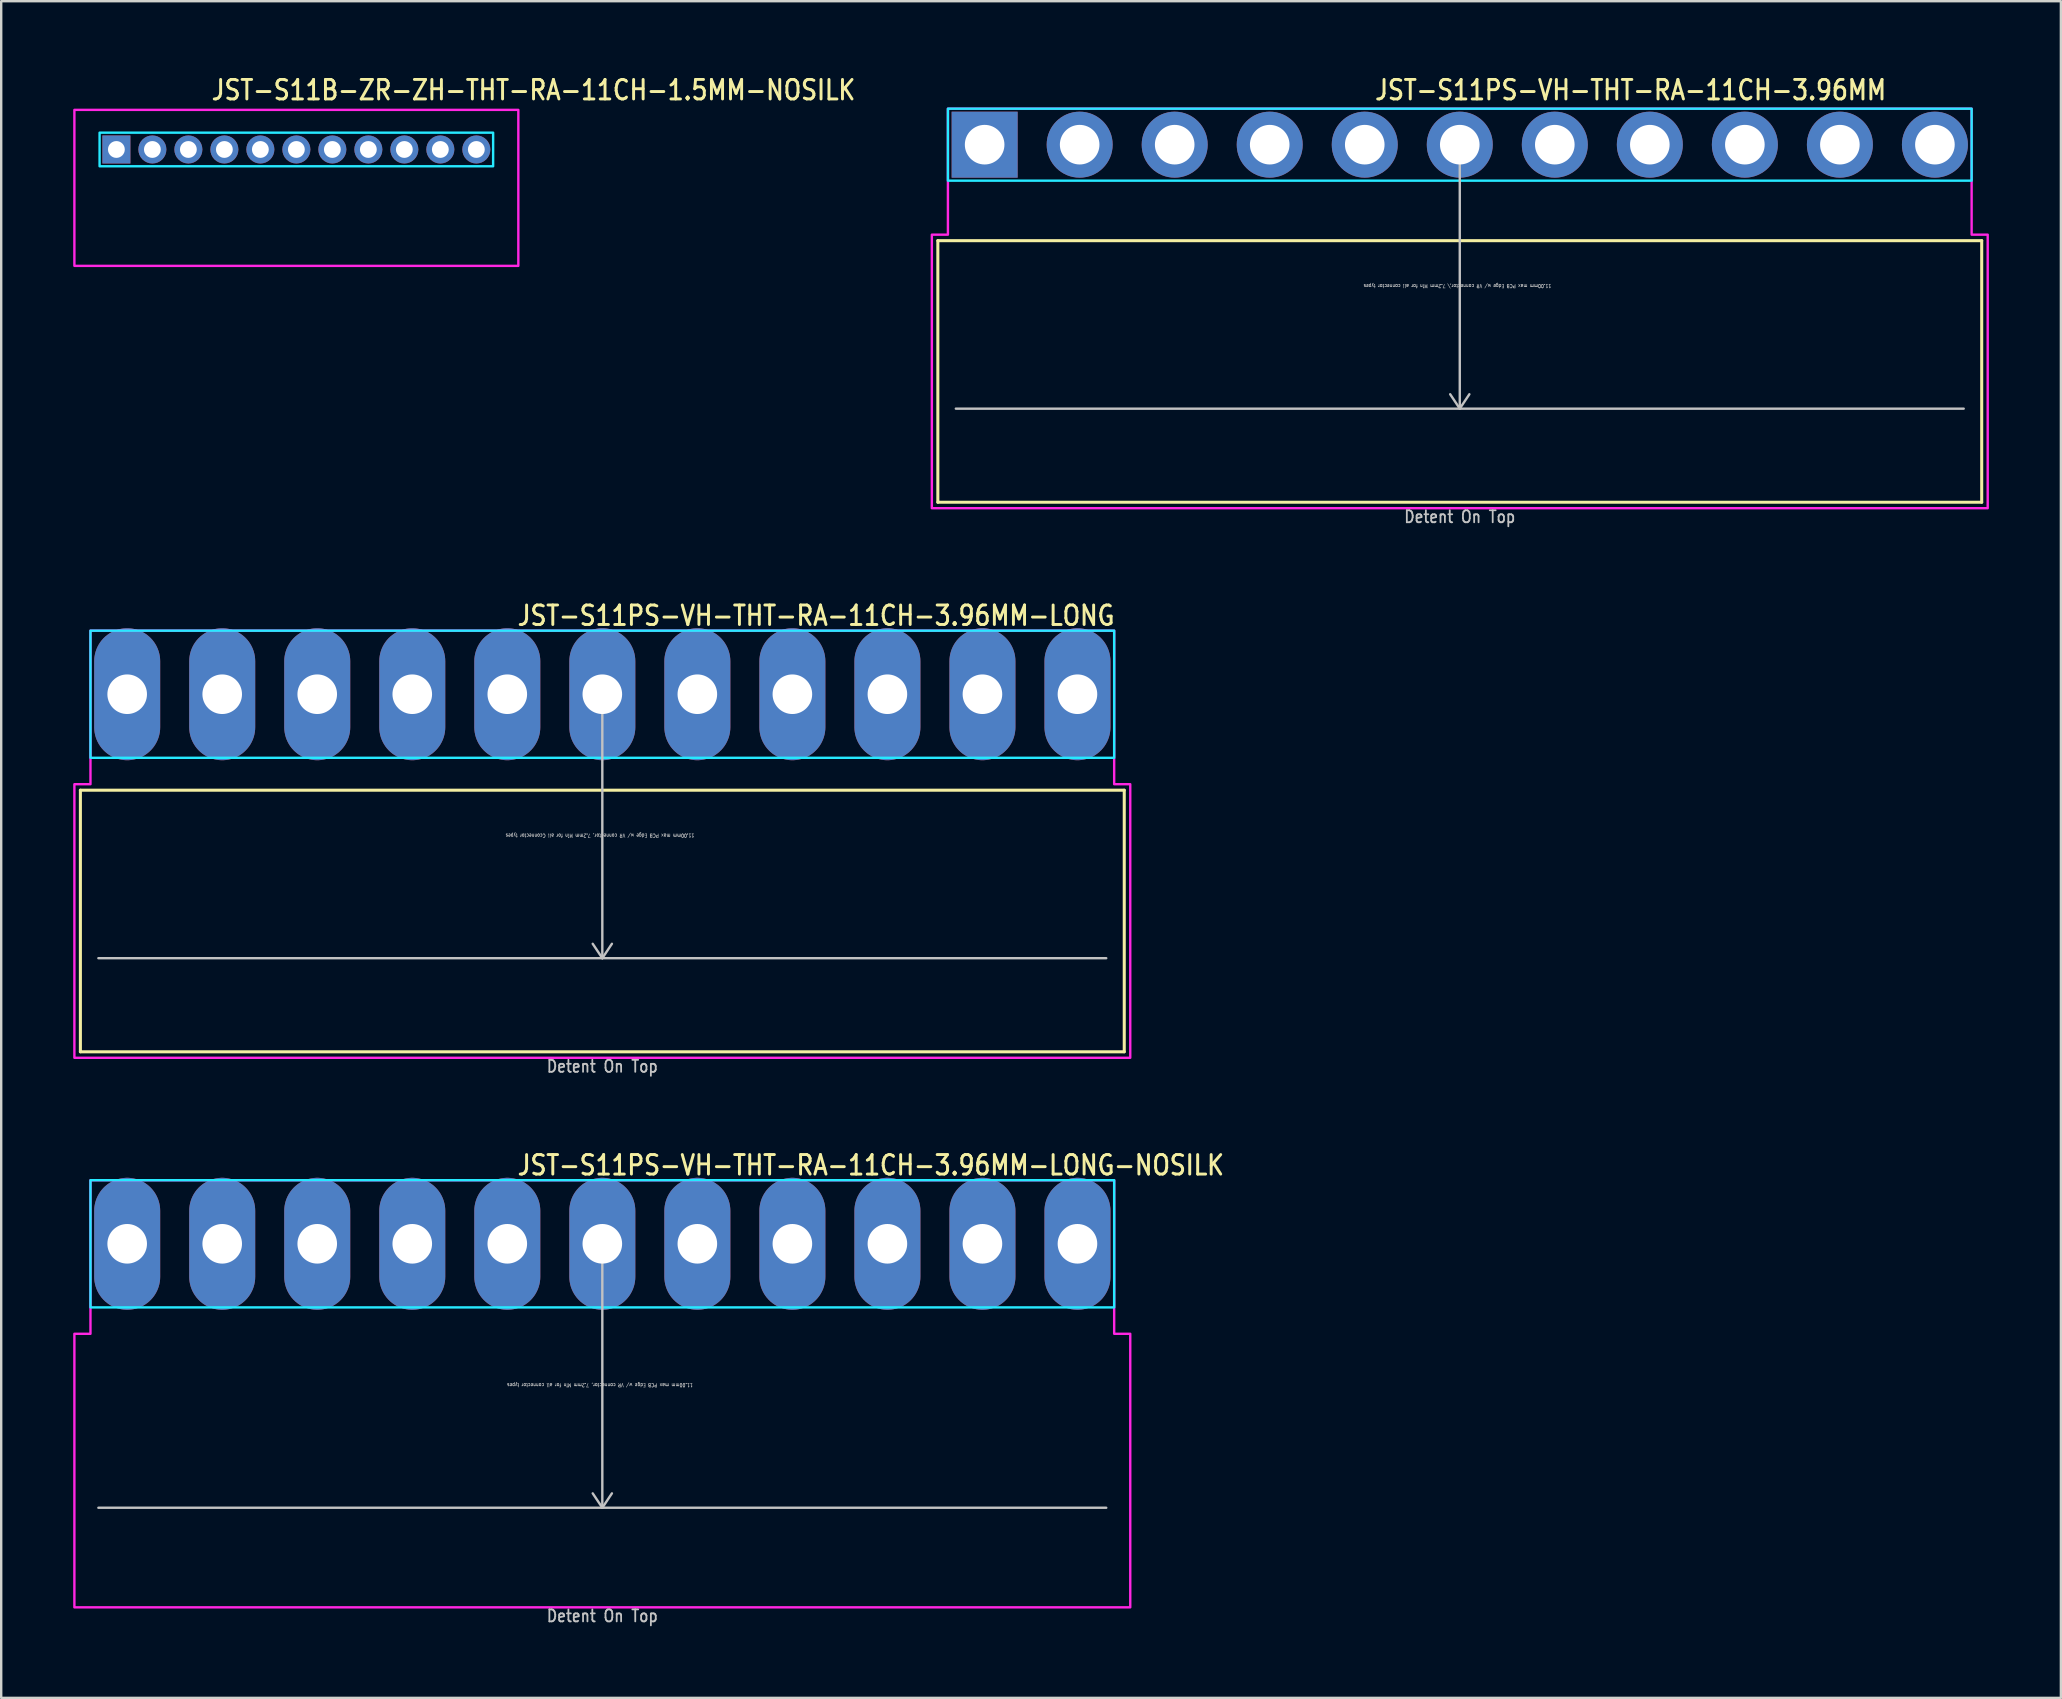
<source format=kicad_pcb>
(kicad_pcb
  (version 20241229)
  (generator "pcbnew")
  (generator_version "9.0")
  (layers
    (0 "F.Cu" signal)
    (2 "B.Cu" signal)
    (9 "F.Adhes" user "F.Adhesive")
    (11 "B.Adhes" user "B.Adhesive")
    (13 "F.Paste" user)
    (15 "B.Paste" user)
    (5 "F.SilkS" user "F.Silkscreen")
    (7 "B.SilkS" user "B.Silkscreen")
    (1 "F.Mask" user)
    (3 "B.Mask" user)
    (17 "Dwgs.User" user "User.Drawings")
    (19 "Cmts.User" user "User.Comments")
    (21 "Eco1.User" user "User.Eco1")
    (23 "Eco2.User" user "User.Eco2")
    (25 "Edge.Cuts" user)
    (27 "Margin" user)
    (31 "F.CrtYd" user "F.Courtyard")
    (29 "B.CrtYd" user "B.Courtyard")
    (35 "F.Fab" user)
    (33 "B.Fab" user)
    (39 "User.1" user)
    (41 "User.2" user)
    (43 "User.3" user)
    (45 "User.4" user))
  (footprint "JST-S11PS-VH-THT-RA-11CH-3.96MM"
    (layer "F.Cu")
    (at 57.782 2.979)
    (property "Reference" "JST-S11PS-VH-THT-RA-11CH-3.96MM" (at -3.6 -1.8 0) (unlocked yes) (layer "F.SilkS") (effects (font (size 0.813 0.695) (thickness 0.122)) (justify left bottom)))
    (fp_line (start -21.75 4) (end 21.75 4) (stroke (width 0.127) (type solid)) (layer "F.SilkS"))
    (fp_line (start -21.75 14.9) (end -21.75 4) (stroke (width 0.127) (type solid)) (layer "F.SilkS"))
    (fp_line (start -21.75 14.9) (end 21.75 14.9) (stroke (width 0.127) (type solid)) (layer "F.SilkS"))
    (fp_line (start 21.75 4) (end 21.75 14.9) (stroke (width 0.127) (type solid)) (layer "F.SilkS"))
    (fp_line (start -21 11) (end 21 11) (stroke (width 0.1) (type solid)) (layer "Dwgs.User"))
    (fp_line (start 0 0) (end -0.4 0.6) (stroke (width 0.1) (type solid)) (layer "Dwgs.User"))
    (fp_line (start 0 0) (end 0 11) (stroke (width 0.1) (type solid)) (layer "Dwgs.User"))
    (fp_line (start 0 0) (end 0.4 0.6) (stroke (width 0.1) (type solid)) (layer "Dwgs.User"))
    (fp_line (start 0 11) (end -0.4 10.4) (stroke (width 0.1) (type solid)) (layer "Dwgs.User"))
    (fp_line (start 0 11) (end 0.4 10.4) (stroke (width 0.1) (type solid)) (layer "Dwgs.User"))
    (fp_poly (pts (xy -21.33 -1.5) (xy -21.33 1.5) (xy 21.33 1.5) (xy 21.33 -1.5)) (stroke (width 0.1) (type solid)) (fill no) (layer "B.CrtYd"))
    (fp_poly (pts (xy -22 3.75) (xy -22 15.15) (xy 22 15.15) (xy 22 3.75) (xy 21.33 3.75) (xy 21.33 -1.5) (xy -21.33 -1.5) (xy -21.33 3.75)) (stroke (width 0.1) (type solid)) (fill no) (layer "F.CrtYd"))
    (fp_text user "11.00mm max PCB Edge w/ VR connector,\\ 7.2mm Min for all connector types" (at -0.1 5.8 180) (unlocked yes) (layer "Dwgs.User") (effects (font (size 0.15 0.128) (thickness 0.022)) (justify bottom)))
    (fp_text user "Detent On Top" (at 0 15.8 0) (unlocked yes) (layer "Dwgs.User") (effects (font (size 0.5 0.427) (thickness 0.075)) (justify bottom)))
    (pad "1" thru_hole rect (at -19.8 0) (size 2.75 2.75) (drill 1.65) (layers "*.Cu" "*.Mask"))
    (pad "2" thru_hole oval (at -15.84 0) (size 2.75 2.75) (drill 1.65) (layers "*.Cu" "*.Mask"))
    (pad "3" thru_hole oval (at -11.88 0) (size 2.75 2.75) (drill 1.65) (layers "*.Cu" "*.Mask"))
    (pad "4" thru_hole oval (at -7.92 0) (size 2.75 2.75) (drill 1.65) (layers "*.Cu" "*.Mask"))
    (pad "5" thru_hole oval (at -3.96 0) (size 2.75 2.75) (drill 1.65) (layers "*.Cu" "*.Mask"))
    (pad "6" thru_hole oval (at 0 0) (size 2.75 2.75) (drill 1.65) (layers "*.Cu" "*.Mask"))
    (pad "7" thru_hole oval (at 3.96 0) (size 2.75 2.75) (drill 1.65) (layers "*.Cu" "*.Mask"))
    (pad "8" thru_hole oval (at 7.92 0) (size 2.75 2.75) (drill 1.65) (layers "*.Cu" "*.Mask"))
    (pad "9" thru_hole oval (at 11.88 0) (size 2.75 2.75) (drill 1.65) (layers "*.Cu" "*.Mask"))
    (pad "10" thru_hole oval (at 15.84 0) (size 2.75 2.75) (drill 1.65) (layers "*.Cu" "*.Mask"))
    (pad "11" thru_hole oval (at 19.8 0) (size 2.75 2.75) (drill 1.65) (layers "*.Cu" "*.Mask")))
  (footprint "JST-S11PS-VH-THT-RA-11CH-3.96MM-LONG-NOSILK"
    (layer "F.Cu")
    (at 22.05 48.782)
    (property "Reference" "JST-S11PS-VH-THT-RA-11CH-3.96MM-LONG-NOSILK" (at -3.6 -2.8 0) (unlocked yes) (layer "F.SilkS") (effects (font (size 0.813 0.695) (thickness 0.122)) (justify left bottom)))
    (fp_line (start -21 11) (end 21 11) (stroke (width 0.1) (type solid)) (layer "Dwgs.User"))
    (fp_line (start 0 0) (end -0.4 0.6) (stroke (width 0.1) (type solid)) (layer "Dwgs.User"))
    (fp_line (start 0 0) (end 0 11) (stroke (width 0.1) (type solid)) (layer "Dwgs.User"))
    (fp_line (start 0 0) (end 0.4 0.6) (stroke (width 0.1) (type solid)) (layer "Dwgs.User"))
    (fp_line (start 0 11) (end -0.4 10.4) (stroke (width 0.1) (type solid)) (layer "Dwgs.User"))
    (fp_line (start 0 11) (end 0.4 10.4) (stroke (width 0.1) (type solid)) (layer "Dwgs.User"))
    (fp_poly (pts (xy -21.33 -2.65) (xy -21.33 2.65) (xy 21.33 2.65) (xy 21.33 -2.65)) (stroke (width 0.1) (type solid)) (fill no) (layer "B.CrtYd"))
    (fp_poly (pts (xy -22 3.75) (xy -22 15.15) (xy 22 15.15) (xy 22 3.75) (xy 21.33 3.75) (xy 21.33 -2.65) (xy -21.33 -2.65) (xy -21.33 3.75)) (stroke (width 0.1) (type solid)) (fill no) (layer "F.CrtYd"))
    (fp_text user "11.00mm max PCB Edge w/ VR connector, 7.2mm Min for all connector types" (at -0.1 5.8 180) (unlocked yes) (layer "Dwgs.User") (effects (font (size 0.15 0.128) (thickness 0.022)) (justify bottom)))
    (fp_text user "Detent On Top" (at 0 15.8 0) (unlocked yes) (layer "Dwgs.User") (effects (font (size 0.5 0.427) (thickness 0.075)) (justify bottom)))
    (pad "1" thru_hole oval (at -19.8 0 90) (size 5.5 2.75) (drill 1.65) (layers "*.Cu" "*.Mask"))
    (pad "2" thru_hole oval (at -15.84 0 90) (size 5.5 2.75) (drill 1.65) (layers "*.Cu" "*.Mask"))
    (pad "3" thru_hole oval (at -11.88 0 90) (size 5.5 2.75) (drill 1.65) (layers "*.Cu" "*.Mask"))
    (pad "4" thru_hole oval (at -7.92 0 90) (size 5.5 2.75) (drill 1.65) (layers "*.Cu" "*.Mask"))
    (pad "5" thru_hole oval (at -3.96 0 90) (size 5.5 2.75) (drill 1.65) (layers "*.Cu" "*.Mask"))
    (pad "6" thru_hole oval (at 0 0 90) (size 5.5 2.75) (drill 1.65) (layers "*.Cu" "*.Mask"))
    (pad "7" thru_hole oval (at 3.96 0 90) (size 5.5 2.75) (drill 1.65) (layers "*.Cu" "*.Mask"))
    (pad "8" thru_hole oval (at 7.92 0 90) (size 5.5 2.75) (drill 1.65) (layers "*.Cu" "*.Mask"))
    (pad "9" thru_hole oval (at 11.88 0 90) (size 5.5 2.75) (drill 1.65) (layers "*.Cu" "*.Mask"))
    (pad "10" thru_hole oval (at 15.84 0 90) (size 5.5 2.75) (drill 1.65) (layers "*.Cu" "*.Mask"))
    (pad "11" thru_hole oval (at 19.8 0 90) (size 5.5 2.75) (drill 1.65) (layers "*.Cu" "*.Mask")))
  (footprint "JST-S11B-ZR-ZH-THT-RA-11CH-1.5MM-NOSILK"
    (layer "F.Cu")
    (at 9.3 3.179)
    (property "Reference" "JST-S11B-ZR-ZH-THT-RA-11CH-1.5MM-NOSILK" (at -3.6 -2 0) (unlocked yes) (layer "F.SilkS") (effects (font (size 0.813 0.695) (thickness 0.122)) (justify left bottom)))
    (fp_poly (pts (xy -8.2 -0.7) (xy -8.2 0.7) (xy 8.2 0.7) (xy 8.2 -0.7)) (stroke (width 0.1) (type solid)) (fill no) (layer "B.CrtYd"))
    (fp_poly (pts (xy -9.25 -1.65) (xy -9.25 4.85) (xy 9.25 4.85) (xy 9.25 -1.65)) (stroke (width 0.1) (type solid)) (fill no) (layer "F.CrtYd"))
    (pad "1" thru_hole rect (at -7.5 0) (size 1.167 1.167) (drill 0.7) (layers "*.Cu" "*.Mask"))
    (pad "2" thru_hole oval (at -6 0) (size 1.167 1.167) (drill 0.7) (layers "*.Cu" "*.Mask"))
    (pad "3" thru_hole oval (at -4.5 0) (size 1.167 1.167) (drill 0.7) (layers "*.Cu" "*.Mask"))
    (pad "4" thru_hole oval (at -3 0) (size 1.167 1.167) (drill 0.7) (layers "*.Cu" "*.Mask"))
    (pad "5" thru_hole oval (at -1.5 0) (size 1.167 1.167) (drill 0.7) (layers "*.Cu" "*.Mask"))
    (pad "6" thru_hole oval (at 0 0) (size 1.167 1.167) (drill 0.7) (layers "*.Cu" "*.Mask"))
    (pad "7" thru_hole oval (at 1.5 0) (size 1.167 1.167) (drill 0.7) (layers "*.Cu" "*.Mask"))
    (pad "8" thru_hole oval (at 3 0) (size 1.167 1.167) (drill 0.7) (layers "*.Cu" "*.Mask"))
    (pad "9" thru_hole oval (at 4.5 0) (size 1.167 1.167) (drill 0.7) (layers "*.Cu" "*.Mask"))
    (pad "10" thru_hole oval (at 6 0) (size 1.167 1.167) (drill 0.7) (layers "*.Cu" "*.Mask"))
    (pad "11" thru_hole oval (at 7.5 0) (size 1.167 1.167) (drill 0.7) (layers "*.Cu" "*.Mask")))
  (footprint "JST-S11PS-VH-THT-RA-11CH-3.96MM-LONG"
    (layer "F.Cu")
    (at 22.05 25.88)
    (property "Reference" "JST-S11PS-VH-THT-RA-11CH-3.96MM-LONG" (at -3.6 -2.8 0) (unlocked yes) (layer "F.SilkS") (effects (font (size 0.813 0.695) (thickness 0.122)) (justify left bottom)))
    (fp_line (start -21.75 4) (end 21.75 4) (stroke (width 0.127) (type solid)) (layer "F.SilkS"))
    (fp_line (start -21.75 14.9) (end -21.75 4) (stroke (width 0.127) (type solid)) (layer "F.SilkS"))
    (fp_line (start -21.75 14.9) (end 21.75 14.9) (stroke (width 0.127) (type solid)) (layer "F.SilkS"))
    (fp_line (start 21.75 4) (end 21.75 14.9) (stroke (width 0.127) (type solid)) (layer "F.SilkS"))
    (fp_line (start -21 11) (end 21 11) (stroke (width 0.1) (type solid)) (layer "Dwgs.User"))
    (fp_line (start 0 0) (end -0.4 0.6) (stroke (width 0.1) (type solid)) (layer "Dwgs.User"))
    (fp_line (start 0 0) (end 0 11) (stroke (width 0.1) (type solid)) (layer "Dwgs.User"))
    (fp_line (start 0 0) (end 0.4 0.6) (stroke (width 0.1) (type solid)) (layer "Dwgs.User"))
    (fp_line (start 0 11) (end -0.4 10.4) (stroke (width 0.1) (type solid)) (layer "Dwgs.User"))
    (fp_line (start 0 11) (end 0.4 10.4) (stroke (width 0.1) (type solid)) (layer "Dwgs.User"))
    (fp_poly (pts (xy -21.33 -2.65) (xy -21.33 2.65) (xy 21.33 2.65) (xy 21.33 -2.65)) (stroke (width 0.1) (type solid)) (fill no) (layer "B.CrtYd"))
    (fp_poly (pts (xy -22 3.75) (xy -22 15.15) (xy 22 15.15) (xy 22 3.75) (xy 21.33 3.75) (xy 21.33 -2.65) (xy -21.33 -2.65) (xy -21.33 3.75)) (stroke (width 0.1) (type solid)) (fill no) (layer "F.CrtYd"))
    (fp_text user "11.00mm max PCB Edge w/ VR connector, 7.2mm Min for all Cconnector types" (at -0.1 5.8 180) (unlocked yes) (layer "Dwgs.User") (effects (font (size 0.15 0.128) (thickness 0.022)) (justify bottom)))
    (fp_text user "Detent On Top" (at 0 15.8 0) (unlocked yes) (layer "Dwgs.User") (effects (font (size 0.5 0.427) (thickness 0.075)) (justify bottom)))
    (pad "1" thru_hole oval (at -19.8 0 90) (size 5.5 2.75) (drill 1.65) (layers "*.Cu" "*.Mask"))
    (pad "2" thru_hole oval (at -15.84 0 90) (size 5.5 2.75) (drill 1.65) (layers "*.Cu" "*.Mask"))
    (pad "3" thru_hole oval (at -11.88 0 90) (size 5.5 2.75) (drill 1.65) (layers "*.Cu" "*.Mask"))
    (pad "4" thru_hole oval (at -7.92 0 90) (size 5.5 2.75) (drill 1.65) (layers "*.Cu" "*.Mask"))
    (pad "5" thru_hole oval (at -3.96 0 90) (size 5.5 2.75) (drill 1.65) (layers "*.Cu" "*.Mask"))
    (pad "6" thru_hole oval (at 0 0 90) (size 5.5 2.75) (drill 1.65) (layers "*.Cu" "*.Mask"))
    (pad "7" thru_hole oval (at 3.96 0 90) (size 5.5 2.75) (drill 1.65) (layers "*.Cu" "*.Mask"))
    (pad "8" thru_hole oval (at 7.92 0 90) (size 5.5 2.75) (drill 1.65) (layers "*.Cu" "*.Mask"))
    (pad "9" thru_hole oval (at 11.88 0 90) (size 5.5 2.75) (drill 1.65) (layers "*.Cu" "*.Mask"))
    (pad "10" thru_hole oval (at 15.84 0 90) (size 5.5 2.75) (drill 1.65) (layers "*.Cu" "*.Mask"))
    (pad "11" thru_hole oval (at 19.8 0 90) (size 5.5 2.75) (drill 1.65) (layers "*.Cu" "*.Mask")))
  (gr_rect
    (start -3 -3)
    (end 82.832 67.705)
    (stroke (width 0.1) (type default))
    (fill no)
    (layer "Edge.Cuts")))
</source>
